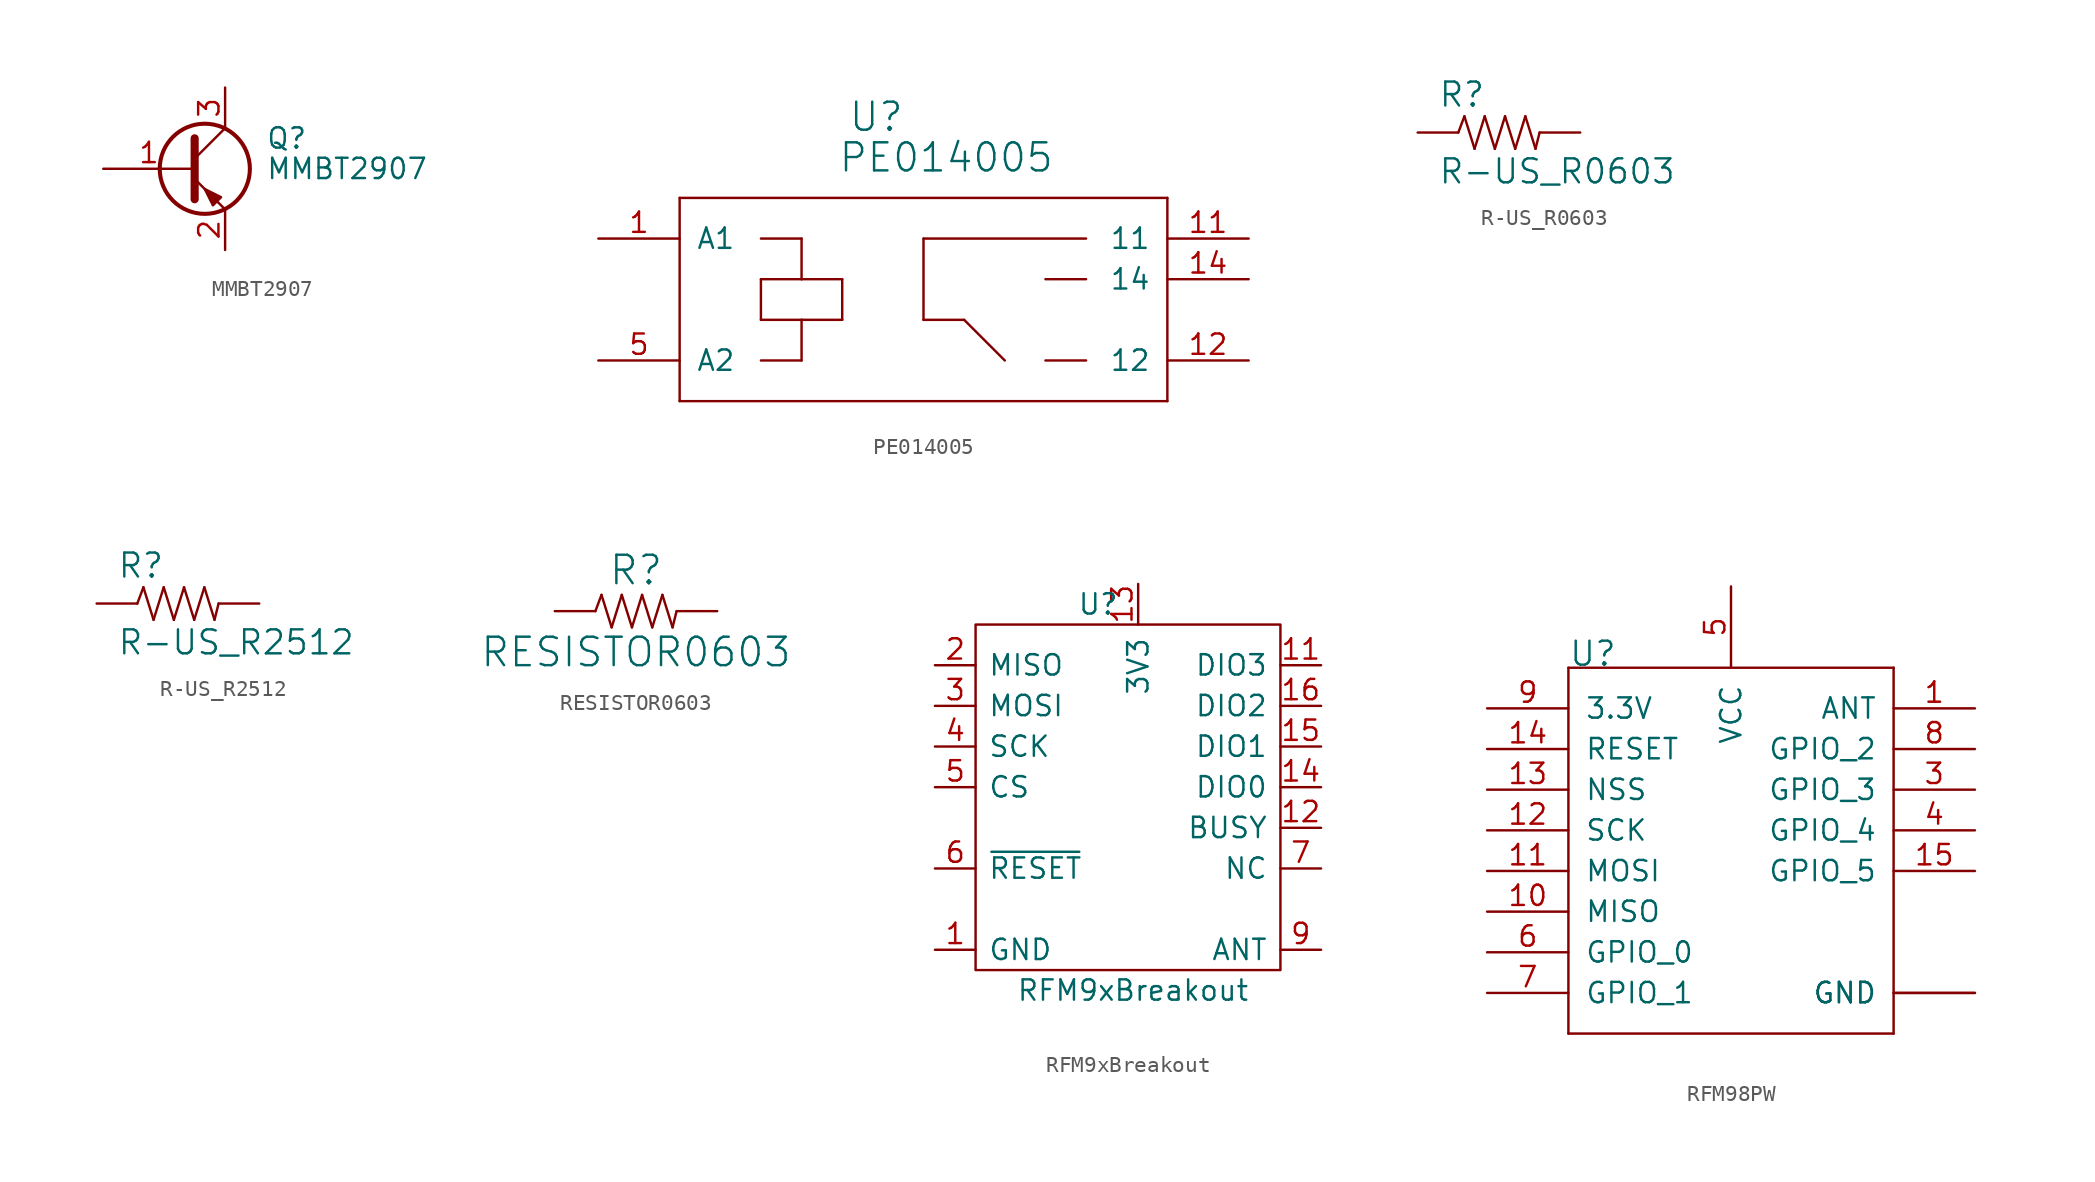
<source format=kicad_sym>
(kicad_symbol_lib
  (version 20211014)
  (generator kicad_symbol_editor)
  (symbol "MMBT2907"
    (pin_names
      (offset 0) hide)
    (property "Reference" "Q"
      (at 5.08 1.905 0)
      (effects (font (size 1.27 1.27)) (justify left)))
    (property "Value" "MMBT2907"
      (at 5.08 0 0)
      (effects (font (size 1.27 1.27)) (justify left)))
    (symbol "MMBT2907_0_1"
      (polyline (pts (xy 0.635 0.635) (xy 2.54 2.54)) (stroke (width 0) (type default) (color 0 0 0 0)) (fill (type none)))
      (polyline (pts (xy 0.635 -0.635) (xy 2.54 -2.54) (xy 2.54 -2.54)) (stroke (width 0) (type default) (color 0 0 0 0)) (fill (type none)))
      (polyline (pts (xy 0.635 1.905) (xy 0.635 -1.905) (xy 0.635 -1.905)) (stroke (width 0.508) (type default) (color 0 0 0 0)) (fill (type none)))
      (polyline (pts (xy 2.286 -1.778) (xy 1.778 -2.286) (xy 1.27 -1.27) (xy 2.286 -1.778) (xy 2.286 -1.778)) (stroke (width 0) (type default) (color 0 0 0 0)) (fill (type outline)))
      (circle (center 1.27 0) (radius 2.819) (stroke (width 0.254) (type default) (color 0 0 0 0)) (fill (type none))))
    (symbol "MMBT2907_1_1"
      (pin input line (at -5.08 0 0) (length 5.715) (name "B" (effects (font (size 1.27 1.27)))) (number "1" (effects (font (size 1.27 1.27)))))
      (pin passive line (at 2.54 -5.08 90) (length 2.54) (name "E" (effects (font (size 1.27 1.27)))) (number "2" (effects (font (size 1.27 1.27)))))
      (pin passive line (at 2.54 5.08 270) (length 2.54) (name "C" (effects (font (size 1.27 1.27)))) (number "3" (effects (font (size 1.27 1.27)))))))
  (symbol "PE014005"
    (pin_names
      (offset 1.016))
    (property "Reference" "U"
      (at -2.184 9.119 0)
      (effects (font (size 1.753 1.753)) (justify left bottom)))
    (property "Value" "PE014005"
      (at -2.819 6.579 0)
      (effects (font (size 1.753 1.753)) (justify left bottom)))
    (property "ki_locked" ""
      (at 0 0 0)
      (effects (font (size 1.27 1.27))))
    (symbol "PE014005_1_0"
      (polyline (pts (xy -12.7 -7.62) (xy 17.78 -7.62)) (stroke (width 0) (type default) (color 0 0 0 0)) (fill (type none)))
      (polyline (pts (xy -12.7 5.08) (xy -12.7 -7.62)) (stroke (width 0) (type default) (color 0 0 0 0)) (fill (type none)))
      (polyline (pts (xy -7.62 -2.54) (xy -7.62 0)) (stroke (width 0) (type default) (color 0 0 0 0)) (fill (type none)))
      (polyline (pts (xy -7.62 0) (xy -5.08 0)) (stroke (width 0) (type default) (color 0 0 0 0)) (fill (type none)))
      (polyline (pts (xy -7.62 2.54) (xy -5.08 2.54)) (stroke (width 0) (type default) (color 0 0 0 0)) (fill (type none)))
      (polyline (pts (xy -5.08 -5.08) (xy -7.62 -5.08)) (stroke (width 0) (type default) (color 0 0 0 0)) (fill (type none)))
      (polyline (pts (xy -5.08 -2.54) (xy -7.62 -2.54)) (stroke (width 0) (type default) (color 0 0 0 0)) (fill (type none)))
      (polyline (pts (xy -5.08 -2.54) (xy -5.08 -5.08)) (stroke (width 0) (type default) (color 0 0 0 0)) (fill (type none)))
      (polyline (pts (xy -5.08 0) (xy -2.54 0)) (stroke (width 0) (type default) (color 0 0 0 0)) (fill (type none)))
      (polyline (pts (xy -5.08 2.54) (xy -5.08 0)) (stroke (width 0) (type default) (color 0 0 0 0)) (fill (type none)))
      (polyline (pts (xy -2.54 -2.54) (xy -5.08 -2.54)) (stroke (width 0) (type default) (color 0 0 0 0)) (fill (type none)))
      (polyline (pts (xy -2.54 0) (xy -2.54 -2.54)) (stroke (width 0) (type default) (color 0 0 0 0)) (fill (type none)))
      (polyline (pts (xy 2.54 -2.54) (xy 5.08 -2.54)) (stroke (width 0) (type default) (color 0 0 0 0)) (fill (type none)))
      (polyline (pts (xy 2.54 2.54) (xy 2.54 -2.54)) (stroke (width 0) (type default) (color 0 0 0 0)) (fill (type none)))
      (polyline (pts (xy 5.08 -2.54) (xy 7.62 -5.08)) (stroke (width 0) (type default) (color 0 0 0 0)) (fill (type none)))
      (polyline (pts (xy 12.7 -5.08) (xy 10.16 -5.08)) (stroke (width 0) (type default) (color 0 0 0 0)) (fill (type none)))
      (polyline (pts (xy 12.7 0) (xy 10.16 0)) (stroke (width 0) (type default) (color 0 0 0 0)) (fill (type none)))
      (polyline (pts (xy 12.7 2.54) (xy 2.54 2.54)) (stroke (width 0) (type default) (color 0 0 0 0)) (fill (type none)))
      (polyline (pts (xy 17.78 -7.62) (xy 17.78 5.08)) (stroke (width 0) (type default) (color 0 0 0 0)) (fill (type none)))
      (polyline (pts (xy 17.78 5.08) (xy -12.7 5.08)) (stroke (width 0) (type default) (color 0 0 0 0)) (fill (type none)))
      (pin passive line (at -17.78 2.54 0) (length 5.08) (name "A1" (effects (font (size 1.27 1.27)))) (number "1" (effects (font (size 1.27 1.27)))))
      (pin passive line (at 22.86 2.54 180) (length 5.08) (name "11" (effects (font (size 1.27 1.27)))) (number "11" (effects (font (size 1.27 1.27)))))
      (pin passive line (at 22.86 -5.08 180) (length 5.08) (name "12" (effects (font (size 1.27 1.27)))) (number "12" (effects (font (size 1.27 1.27)))))
      (pin passive line (at 22.86 0 180) (length 5.08) (name "14" (effects (font (size 1.27 1.27)))) (number "14" (effects (font (size 1.27 1.27)))))
      (pin passive line (at -17.78 -5.08 0) (length 5.08) (name "A2" (effects (font (size 1.27 1.27)))) (number "5" (effects (font (size 1.27 1.27)))))))
  (symbol "R-US_R0603"
    (pin_names
      (offset 1.016))
    (property "Reference" "R"
      (at -3.81 1.499 0)
      (effects (font (size 1.499 1.499)) (justify left bottom)))
    (property "Value" "R-US_R0603"
      (at -3.81 -3.302 0)
      (effects (font (size 1.499 1.499)) (justify left bottom)))
    (property "ki_locked" ""
      (at 0 0 0)
      (effects (font (size 1.27 1.27))))
    (symbol "R-US_R0603_1_0"
      (polyline (pts (xy -2.54 0) (xy -2.159 1.016)) (stroke (width 0) (type default) (color 0 0 0 0)) (fill (type none)))
      (polyline (pts (xy -2.159 1.016) (xy -1.524 -1.016)) (stroke (width 0) (type default) (color 0 0 0 0)) (fill (type none)))
      (polyline (pts (xy -1.524 -1.016) (xy -0.889 1.016)) (stroke (width 0) (type default) (color 0 0 0 0)) (fill (type none)))
      (polyline (pts (xy -0.889 1.016) (xy -0.254 -1.016)) (stroke (width 0) (type default) (color 0 0 0 0)) (fill (type none)))
      (polyline (pts (xy -0.254 -1.016) (xy 0.381 1.016)) (stroke (width 0) (type default) (color 0 0 0 0)) (fill (type none)))
      (polyline (pts (xy 0.381 1.016) (xy 1.016 -1.016)) (stroke (width 0) (type default) (color 0 0 0 0)) (fill (type none)))
      (polyline (pts (xy 1.016 -1.016) (xy 1.651 1.016)) (stroke (width 0) (type default) (color 0 0 0 0)) (fill (type none)))
      (polyline (pts (xy 1.651 1.016) (xy 2.286 -1.016)) (stroke (width 0) (type default) (color 0 0 0 0)) (fill (type none)))
      (polyline (pts (xy 2.286 -1.016) (xy 2.54 0)) (stroke (width 0) (type default) (color 0 0 0 0)) (fill (type none)))
      (pin passive line (at -5.08 0 0) (length 2.54) (name "1" (effects (font (size 0 0)))) (number "1" (effects (font (size 0 0)))))
      (pin passive line (at 5.08 0 180) (length 2.54) (name "2" (effects (font (size 0 0)))) (number "2" (effects (font (size 0 0)))))))
  (symbol "R-US_R2512"
    (pin_names
      (offset 1.016))
    (property "Reference" "R"
      (at -3.81 1.499 0)
      (effects (font (size 1.499 1.499)) (justify left bottom)))
    (property "Value" "R-US_R2512"
      (at -3.81 -3.302 0)
      (effects (font (size 1.499 1.499)) (justify left bottom)))
    (property "ki_locked" ""
      (at 0 0 0)
      (effects (font (size 1.27 1.27))))
    (symbol "R-US_R2512_1_0"
      (polyline (pts (xy -2.54 0) (xy -2.159 1.016)) (stroke (width 0) (type default) (color 0 0 0 0)) (fill (type none)))
      (polyline (pts (xy -2.159 1.016) (xy -1.524 -1.016)) (stroke (width 0) (type default) (color 0 0 0 0)) (fill (type none)))
      (polyline (pts (xy -1.524 -1.016) (xy -0.889 1.016)) (stroke (width 0) (type default) (color 0 0 0 0)) (fill (type none)))
      (polyline (pts (xy -0.889 1.016) (xy -0.254 -1.016)) (stroke (width 0) (type default) (color 0 0 0 0)) (fill (type none)))
      (polyline (pts (xy -0.254 -1.016) (xy 0.381 1.016)) (stroke (width 0) (type default) (color 0 0 0 0)) (fill (type none)))
      (polyline (pts (xy 0.381 1.016) (xy 1.016 -1.016)) (stroke (width 0) (type default) (color 0 0 0 0)) (fill (type none)))
      (polyline (pts (xy 1.016 -1.016) (xy 1.651 1.016)) (stroke (width 0) (type default) (color 0 0 0 0)) (fill (type none)))
      (polyline (pts (xy 1.651 1.016) (xy 2.286 -1.016)) (stroke (width 0) (type default) (color 0 0 0 0)) (fill (type none)))
      (polyline (pts (xy 2.286 -1.016) (xy 2.54 0)) (stroke (width 0) (type default) (color 0 0 0 0)) (fill (type none)))
      (pin passive line (at -5.08 0 0) (length 2.54) (name "1" (effects (font (size 0 0)))) (number "1" (effects (font (size 0 0)))))
      (pin passive line (at 5.08 0 180) (length 2.54) (name "2" (effects (font (size 0 0)))) (number "2" (effects (font (size 0 0)))))))
  (symbol "RESISTOR0603"
    (pin_names
      (offset 1.016))
    (property "Reference" "R"
      (at 0 1.524 0)
      (effects (font (size 1.778 1.778)) (justify bottom)))
    (property "Value" "RESISTOR0603"
      (at 0 -1.524 0)
      (effects (font (size 1.778 1.778)) (justify top)))
    (property "ki_locked" ""
      (at 0 0 0)
      (effects (font (size 1.27 1.27))))
    (symbol "RESISTOR0603_1_0"
      (polyline (pts (xy -2.54 0) (xy -2.159 1.016)) (stroke (width 0) (type default) (color 0 0 0 0)) (fill (type none)))
      (polyline (pts (xy -2.159 1.016) (xy -1.524 -1.016)) (stroke (width 0) (type default) (color 0 0 0 0)) (fill (type none)))
      (polyline (pts (xy -1.524 -1.016) (xy -0.889 1.016)) (stroke (width 0) (type default) (color 0 0 0 0)) (fill (type none)))
      (polyline (pts (xy -0.889 1.016) (xy -0.254 -1.016)) (stroke (width 0) (type default) (color 0 0 0 0)) (fill (type none)))
      (polyline (pts (xy -0.254 -1.016) (xy 0.381 1.016)) (stroke (width 0) (type default) (color 0 0 0 0)) (fill (type none)))
      (polyline (pts (xy 0.381 1.016) (xy 1.016 -1.016)) (stroke (width 0) (type default) (color 0 0 0 0)) (fill (type none)))
      (polyline (pts (xy 1.016 -1.016) (xy 1.651 1.016)) (stroke (width 0) (type default) (color 0 0 0 0)) (fill (type none)))
      (polyline (pts (xy 1.651 1.016) (xy 2.286 -1.016)) (stroke (width 0) (type default) (color 0 0 0 0)) (fill (type none)))
      (polyline (pts (xy 2.286 -1.016) (xy 2.54 0)) (stroke (width 0) (type default) (color 0 0 0 0)) (fill (type none)))
      (pin passive line (at -5.08 0 0) (length 2.54) (name "1" (effects (font (size 0 0)))) (number "1" (effects (font (size 0 0)))))
      (pin passive line (at 5.08 0 180) (length 2.54) (name "2" (effects (font (size 0 0)))) (number "2" (effects (font (size 0 0)))))))
  (symbol "RFM9xBreakout"
    (pin_names
      (offset 0.762))
    (property "Reference" "U"
      (at -3.81 12.7 0)
      (effects (font (size 1.27 1.27)) (justify left)))
    (property "Value" "RFM9xBreakout"
      (at -7.62 -11.43 0)
      (effects (font (size 1.27 1.27)) (justify left)))
    (symbol "RFM9xBreakout_0_1"
      (rectangle (start -10.16 11.43) (end 8.89 -10.16) (stroke (width 0) (type default) (color 0 0 0 0)) (fill (type none))))
    (symbol "RFM9xBreakout_1_1"
      (pin bidirectional line (at -12.7 -8.89 0) (length 2.54) (name "GND" (effects (font (size 1.27 1.27)))) (number "1" (effects (font (size 1.27 1.27)))))
      (pin bidirectional line (at -12.7 -8.89 0) (length 2.54) hide (name "GND" (effects (font (size 1.27 1.27)))) (number "10" (effects (font (size 1.27 1.27)))))
      (pin bidirectional line (at 11.43 8.89 180) (length 2.54) (name "DIO3" (effects (font (size 1.27 1.27)))) (number "11" (effects (font (size 1.27 1.27)))))
      (pin bidirectional line (at 11.43 -1.27 180) (length 2.54) (name "BUSY" (effects (font (size 1.27 1.27)))) (number "12" (effects (font (size 1.27 1.27)))))
      (pin bidirectional line (at 0 13.97 270) (length 2.54) (name "3V3" (effects (font (size 1.27 1.27)))) (number "13" (effects (font (size 1.27 1.27)))))
      (pin bidirectional line (at 11.43 1.27 180) (length 2.54) (name "DIO0" (effects (font (size 1.27 1.27)))) (number "14" (effects (font (size 1.27 1.27)))))
      (pin bidirectional line (at 11.43 3.81 180) (length 2.54) (name "DIO1" (effects (font (size 1.27 1.27)))) (number "15" (effects (font (size 1.27 1.27)))))
      (pin bidirectional line (at 11.43 6.35 180) (length 2.54) (name "DIO2" (effects (font (size 1.27 1.27)))) (number "16" (effects (font (size 1.27 1.27)))))
      (pin bidirectional line (at -12.7 8.89 0) (length 2.54) (name "MISO" (effects (font (size 1.27 1.27)))) (number "2" (effects (font (size 1.27 1.27)))))
      (pin bidirectional line (at -12.7 6.35 0) (length 2.54) (name "MOSI" (effects (font (size 1.27 1.27)))) (number "3" (effects (font (size 1.27 1.27)))))
      (pin bidirectional line (at -12.7 3.81 0) (length 2.54) (name "SCK" (effects (font (size 1.27 1.27)))) (number "4" (effects (font (size 1.27 1.27)))))
      (pin bidirectional line (at -12.7 1.27 0) (length 2.54) (name "CS" (effects (font (size 1.27 1.27)))) (number "5" (effects (font (size 1.27 1.27)))))
      (pin bidirectional line (at -12.7 -3.81 0) (length 2.54) (name "~{RESET}" (effects (font (size 1.27 1.27)))) (number "6" (effects (font (size 1.27 1.27)))))
      (pin bidirectional line (at 11.43 -3.81 180) (length 2.54) (name "NC" (effects (font (size 1.27 1.27)))) (number "7" (effects (font (size 1.27 1.27)))))
      (pin bidirectional line (at -12.7 -8.89 0) (length 2.54) hide (name "GND" (effects (font (size 1.27 1.27)))) (number "8" (effects (font (size 1.27 1.27)))))
      (pin bidirectional line (at 11.43 -8.89 180) (length 2.54) (name "ANT" (effects (font (size 1.27 1.27)))) (number "9" (effects (font (size 1.27 1.27)))))))
  (symbol "RFM98PW"
    (pin_names
      (offset 1.016))
    (property "Reference" "U"
      (at -7.62 10.16 0)
      (effects (font (size 1.499 1.499)) (justify left bottom)))
    (symbol "RFM98PW_0_0"
      (pin bidirectional line (at 17.78 -10.16 180) (length 5.08) hide (name "GND" (effects (font (size 1.27 1.27)))) (number "17" (effects (font (size 1.27 1.27)))))
      (pin bidirectional line (at 2.54 15.24 270) (length 5.08) (name "VCC" (effects (font (size 1.27 1.27)))) (number "5" (effects (font (size 1.27 1.27))))))
    (symbol "RFM98PW_1_0"
      (polyline (pts (xy -7.62 -12.7) (xy -7.62 10.16)) (stroke (width 0) (type default) (color 0 0 0 0)) (fill (type none)))
      (polyline (pts (xy -7.62 10.16) (xy 12.7 10.16)) (stroke (width 0) (type default) (color 0 0 0 0)) (fill (type none)))
      (polyline (pts (xy 12.7 -12.7) (xy -7.62 -12.7)) (stroke (width 0) (type default) (color 0 0 0 0)) (fill (type none)))
      (polyline (pts (xy 12.7 10.16) (xy 12.7 -12.7)) (stroke (width 0) (type default) (color 0 0 0 0)) (fill (type none)))
      (pin bidirectional line (at 17.78 7.62 180) (length 5.08) (name "ANT" (effects (font (size 1.27 1.27)))) (number "1" (effects (font (size 1.27 1.27)))))
      (pin bidirectional line (at -12.7 -5.08 0) (length 5.08) (name "MISO" (effects (font (size 1.27 1.27)))) (number "10" (effects (font (size 1.27 1.27)))))
      (pin bidirectional line (at -12.7 -2.54 0) (length 5.08) (name "MOSI" (effects (font (size 1.27 1.27)))) (number "11" (effects (font (size 1.27 1.27)))))
      (pin bidirectional line (at -12.7 0 0) (length 5.08) (name "SCK" (effects (font (size 1.27 1.27)))) (number "12" (effects (font (size 1.27 1.27)))))
      (pin bidirectional line (at -12.7 2.54 0) (length 5.08) (name "NSS" (effects (font (size 1.27 1.27)))) (number "13" (effects (font (size 1.27 1.27)))))
      (pin bidirectional line (at -12.7 5.08 0) (length 5.08) (name "RESET" (effects (font (size 1.27 1.27)))) (number "14" (effects (font (size 1.27 1.27)))))
      (pin bidirectional line (at 17.78 -2.54 180) (length 5.08) (name "GPIO_5" (effects (font (size 1.27 1.27)))) (number "15" (effects (font (size 1.27 1.27)))))
      (pin bidirectional line (at 17.78 -10.16 180) (length 5.08) (name "GND" (effects (font (size 1.27 1.27)))) (number "16" (effects (font (size 0 0)))))
      (pin bidirectional line (at 17.78 -10.16 180) (length 5.08) (name "GND" (effects (font (size 1.27 1.27)))) (number "2" (effects (font (size 0 0)))))
      (pin bidirectional line (at 17.78 2.54 180) (length 5.08) (name "GPIO_3" (effects (font (size 1.27 1.27)))) (number "3" (effects (font (size 1.27 1.27)))))
      (pin bidirectional line (at 17.78 0 180) (length 5.08) (name "GPIO_4" (effects (font (size 1.27 1.27)))) (number "4" (effects (font (size 1.27 1.27)))))
      (pin bidirectional line (at -12.7 -7.62 0) (length 5.08) (name "GPIO_0" (effects (font (size 1.27 1.27)))) (number "6" (effects (font (size 1.27 1.27)))))
      (pin bidirectional line (at -12.7 -10.16 0) (length 5.08) (name "GPIO_1" (effects (font (size 1.27 1.27)))) (number "7" (effects (font (size 1.27 1.27)))))
      (pin bidirectional line (at 17.78 5.08 180) (length 5.08) (name "GPIO_2" (effects (font (size 1.27 1.27)))) (number "8" (effects (font (size 1.27 1.27)))))
      (pin power_in line (at -12.7 7.62 0) (length 5.08) (name "3.3V" (effects (font (size 1.27 1.27)))) (number "9" (effects (font (size 1.27 1.27))))))))
</source>
